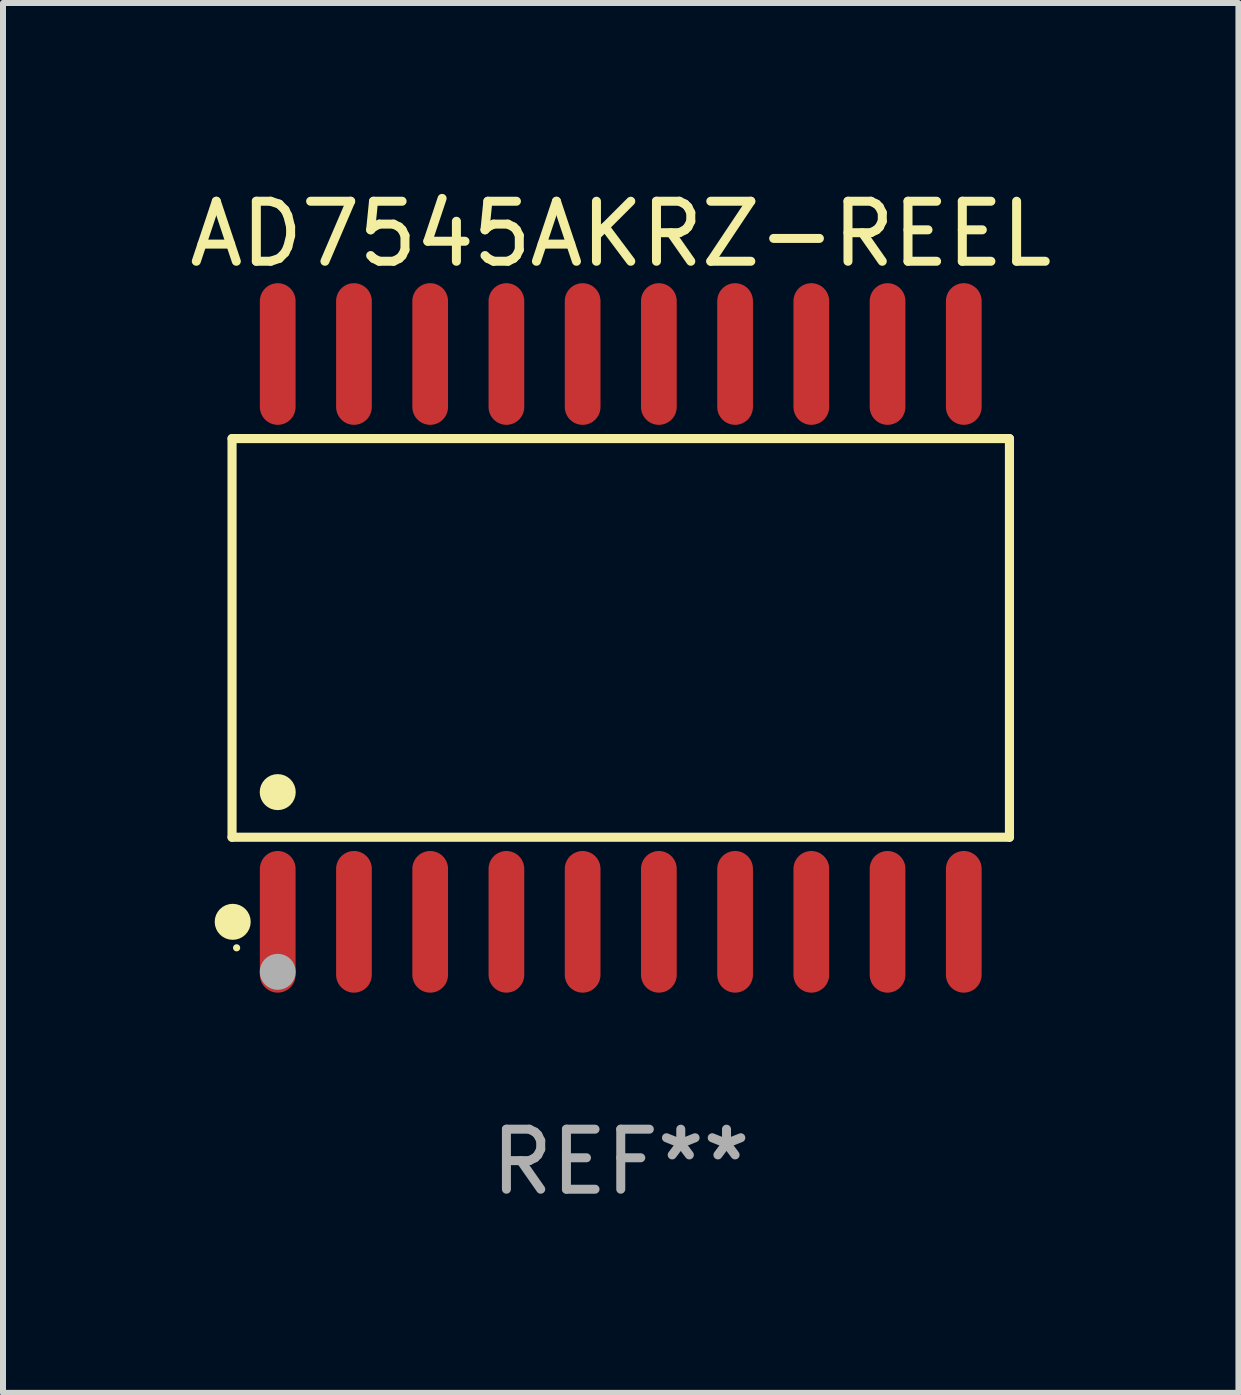
<source format=kicad_pcb>
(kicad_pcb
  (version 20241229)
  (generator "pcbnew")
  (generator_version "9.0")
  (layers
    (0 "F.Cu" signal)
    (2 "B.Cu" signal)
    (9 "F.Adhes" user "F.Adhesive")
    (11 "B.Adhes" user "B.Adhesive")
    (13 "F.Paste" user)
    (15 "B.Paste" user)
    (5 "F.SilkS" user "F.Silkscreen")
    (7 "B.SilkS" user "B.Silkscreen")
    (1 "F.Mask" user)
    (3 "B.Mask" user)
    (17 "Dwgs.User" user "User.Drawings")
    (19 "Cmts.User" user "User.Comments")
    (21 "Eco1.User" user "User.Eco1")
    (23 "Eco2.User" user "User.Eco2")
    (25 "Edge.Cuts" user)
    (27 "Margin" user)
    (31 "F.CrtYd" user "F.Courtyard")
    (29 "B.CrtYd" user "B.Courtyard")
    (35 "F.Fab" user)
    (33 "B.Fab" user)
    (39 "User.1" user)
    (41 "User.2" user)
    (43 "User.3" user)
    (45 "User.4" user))
  (footprint "AD7545AKRZ-REEL"
    (layer "F.Cu")
    (at 7.292 7.578)
    (property "Reference" "AD7545AKRZ-REEL" (at 0 -6.73 0) (layer "F.SilkS") (effects (font (size 1 1) (thickness 0.15))))
    (attr through_hole)
    (fp_line (start -6.476 -3.321) (end 6.476 -3.321) (stroke (width 0.152) (type solid)) (layer "F.SilkS"))
    (fp_line (start -6.476 3.321) (end -6.476 -3.321) (stroke (width 0.152) (type solid)) (layer "F.SilkS"))
    (fp_line (start 6.476 -3.321) (end 6.476 3.321) (stroke (width 0.152) (type solid)) (layer "F.SilkS"))
    (fp_line (start 6.476 3.321) (end -6.476 3.321) (stroke (width 0.152) (type solid)) (layer "F.SilkS"))
    (fp_circle (center -6.465 4.73) (end -6.315 4.73) (stroke (width 0.3) (type solid)) (fill no) (layer "F.SilkS"))
    (fp_circle (center -6.4 5.163) (end -6.37 5.163) (stroke (width 0.06) (type solid)) (fill no) (layer "F.SilkS"))
    (fp_circle (center -5.715 2.569) (end -5.565 2.569) (stroke (width 0.3) (type solid)) (fill no) (layer "F.SilkS"))
    (fp_circle (center -5.715 5.563) (end -5.565 5.563) (stroke (width 0.3) (type solid)) (fill no) (layer "F.Fab"))
    (fp_text user "REF**" (at 0 8.73 0) (layer "F.Fab") (effects (font (size 1 1) (thickness 0.15))))
    (pad "1" smd oval (at -5.715 4.73) (size 0.595 2.36) (layers "F.Cu" "F.Mask" "F.Paste"))
    (pad "2" smd oval (at -4.445 4.73) (size 0.595 2.36) (layers "F.Cu" "F.Mask" "F.Paste"))
    (pad "3" smd oval (at -3.175 4.73) (size 0.595 2.36) (layers "F.Cu" "F.Mask" "F.Paste"))
    (pad "4" smd oval (at -1.905 4.73) (size 0.595 2.36) (layers "F.Cu" "F.Mask" "F.Paste"))
    (pad "5" smd oval (at -0.635 4.73) (size 0.595 2.36) (layers "F.Cu" "F.Mask" "F.Paste"))
    (pad "6" smd oval (at 0.635 4.73) (size 0.595 2.36) (layers "F.Cu" "F.Mask" "F.Paste"))
    (pad "7" smd oval (at 1.905 4.73) (size 0.595 2.36) (layers "F.Cu" "F.Mask" "F.Paste"))
    (pad "8" smd oval (at 3.175 4.73) (size 0.595 2.36) (layers "F.Cu" "F.Mask" "F.Paste"))
    (pad "9" smd oval (at 4.445 4.73) (size 0.595 2.36) (layers "F.Cu" "F.Mask" "F.Paste"))
    (pad "10" smd oval (at 5.715 4.73) (size 0.595 2.36) (layers "F.Cu" "F.Mask" "F.Paste"))
    (pad "11" smd oval (at 5.715 -4.73) (size 0.595 2.36) (layers "F.Cu" "F.Mask" "F.Paste"))
    (pad "12" smd oval (at 4.445 -4.73) (size 0.595 2.36) (layers "F.Cu" "F.Mask" "F.Paste"))
    (pad "13" smd oval (at 3.175 -4.73) (size 0.595 2.36) (layers "F.Cu" "F.Mask" "F.Paste"))
    (pad "14" smd oval (at 1.905 -4.73) (size 0.595 2.36) (layers "F.Cu" "F.Mask" "F.Paste"))
    (pad "15" smd oval (at 0.635 -4.73) (size 0.595 2.36) (layers "F.Cu" "F.Mask" "F.Paste"))
    (pad "16" smd oval (at -0.635 -4.73) (size 0.595 2.36) (layers "F.Cu" "F.Mask" "F.Paste"))
    (pad "17" smd oval (at -1.905 -4.73) (size 0.595 2.36) (layers "F.Cu" "F.Mask" "F.Paste"))
    (pad "18" smd oval (at -3.175 -4.73) (size 0.595 2.36) (layers "F.Cu" "F.Mask" "F.Paste"))
    (pad "19" smd oval (at -4.445 -4.73) (size 0.595 2.36) (layers "F.Cu" "F.Mask" "F.Paste"))
    (pad "20" smd oval (at -5.715 -4.73) (size 0.595 2.36) (layers "F.Cu" "F.Mask" "F.Paste")))
  (gr_rect
    (start -3 -3)
    (end 17.583 20.156)
    (stroke (width 0.1) (type default))
    (fill no)
    (layer "Edge.Cuts")))
</source>
